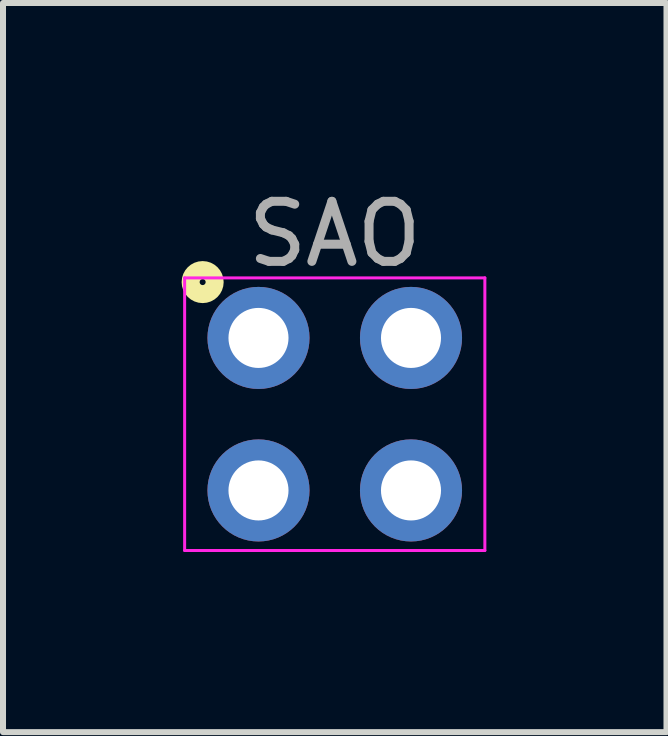
<source format=kicad_pcb>
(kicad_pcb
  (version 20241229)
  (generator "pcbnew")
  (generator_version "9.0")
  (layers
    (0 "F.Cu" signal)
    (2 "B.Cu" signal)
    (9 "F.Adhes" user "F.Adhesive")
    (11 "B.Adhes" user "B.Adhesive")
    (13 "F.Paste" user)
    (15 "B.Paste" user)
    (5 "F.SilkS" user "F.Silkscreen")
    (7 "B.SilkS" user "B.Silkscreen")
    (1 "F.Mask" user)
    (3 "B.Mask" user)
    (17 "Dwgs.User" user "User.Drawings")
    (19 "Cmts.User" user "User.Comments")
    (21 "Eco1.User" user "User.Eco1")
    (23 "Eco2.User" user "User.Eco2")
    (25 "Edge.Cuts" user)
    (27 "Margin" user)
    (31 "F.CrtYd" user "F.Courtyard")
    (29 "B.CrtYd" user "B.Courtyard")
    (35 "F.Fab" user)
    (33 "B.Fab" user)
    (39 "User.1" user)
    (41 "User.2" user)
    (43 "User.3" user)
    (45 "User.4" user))
  (footprint "SAO"
    (layer "F.Cu")
    (at 2.525 3.848)
    (property "Reference" "SAO" (at 0 -3 0) (layer "F.Fab") (effects (font (size 1 1) (thickness 0.15))))
    (attr through_hole)
    (fp_circle (center -2.2 -2.2) (end -2.15 -2.2) (stroke (width 0.3) (type solid)) (fill no) (layer "F.SilkS"))
    (fp_line (start -2.5 -2.27) (end 2.5 -2.27) (stroke (width 0.05) (type solid)) (layer "F.CrtYd"))
    (fp_line (start -2.5 2.27) (end -2.5 -2.27) (stroke (width 0.05) (type solid)) (layer "F.CrtYd"))
    (fp_line (start 2.5 -2.27) (end 2.5 2.27) (stroke (width 0.05) (type solid)) (layer "F.CrtYd"))
    (fp_line (start 2.5 2.27) (end -2.5 2.27) (stroke (width 0.05) (type solid)) (layer "F.CrtYd"))
    (pad "1" thru_hole circle (at -1.27 -1.27 270) (size 1.7 1.7) (drill 1) (layers "*.Cu" "*.Mask"))
    (pad "2" thru_hole circle (at -1.27 1.27 270) (size 1.7 1.7) (drill 1) (layers "*.Cu" "*.Mask"))
    (pad "3" thru_hole circle (at 1.27 1.27 270) (size 1.7 1.7) (drill 1) (layers "*.Cu" "*.Mask"))
    (pad "4" thru_hole circle (at 1.27 -1.27 270) (size 1.7 1.7) (drill 1) (layers "*.Cu" "*.Mask")))
  (gr_rect
    (start -3 -3)
    (end 8.05 9.143)
    (stroke (width 0.1) (type default))
    (fill no)
    (layer "Edge.Cuts")))
</source>
